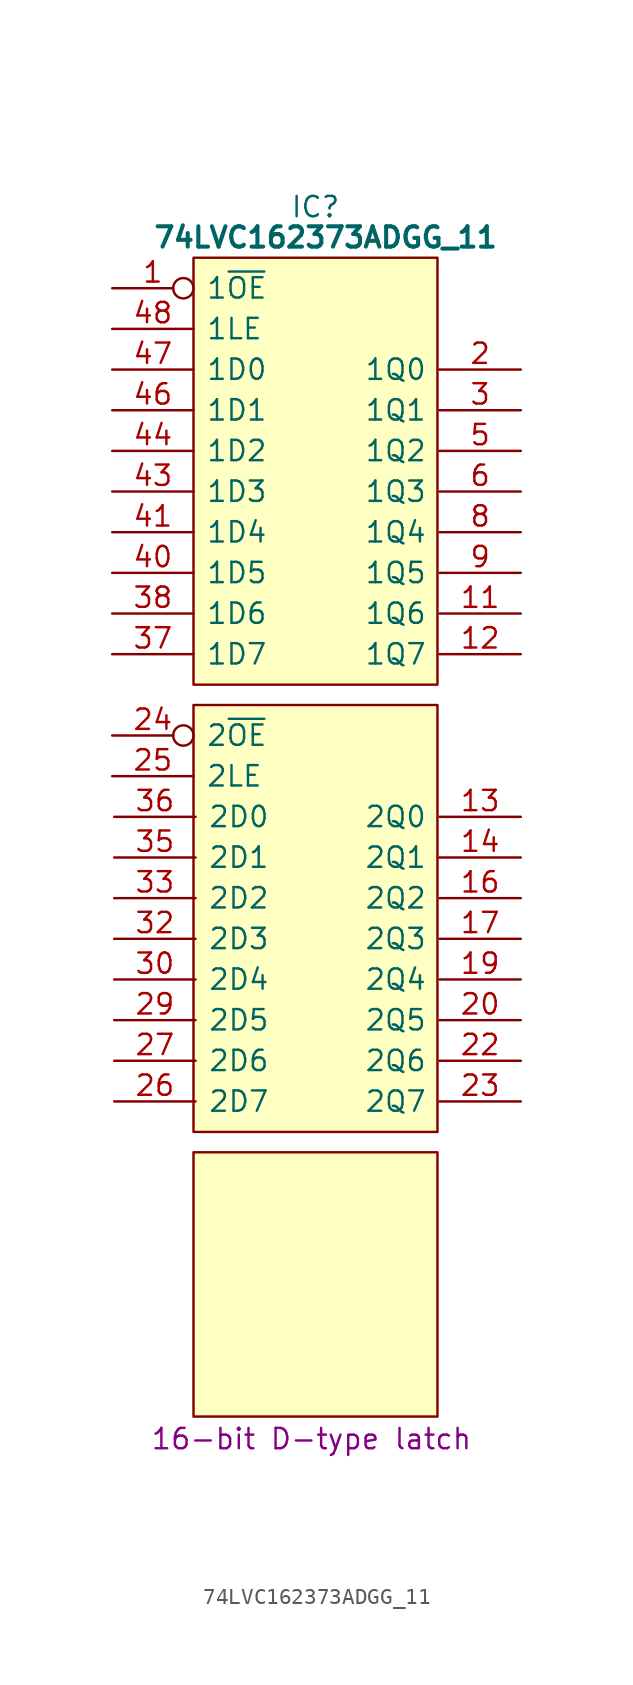
<source format=kicad_sym>
(kicad_symbol_lib
  (version 20231120)
  (generator "kicad_symbol_editor")
  (generator_version "8.0")
  (symbol "74LVC162373ADGG_11"
    (pin_names
      (offset 0.762))
    (property "Reference" "IC"
      (at 12.7 5.08 0)
      (effects (font (size 1.27 1.27))))
    (property "Value" "74LVC162373ADGG_11"
      (at 13.335 3.175 0)
      (effects (font (size 1.27 1.27) (bold yes))))
    (property "Description" "16-bit D-type latch"
      (at 12.446 -71.882 0)
      (effects (font (size 1.27 1.27))))
    (symbol "74LVC162373ADGG_11_0_0"
      (pin input inverted (at 0 0 0) (length 5.08) (name "1~{OE}" (effects (font (size 1.27 1.27)))) (number "1" (effects (font (size 1.27 1.27)))))
      (pin output line (at 25.527 -20.32 180) (length 5.08) (name "1Q6" (effects (font (size 1.27 1.27)))) (number "11" (effects (font (size 1.27 1.27)))))
      (pin output line (at 25.527 -22.86 180) (length 5.08) (name "1Q7" (effects (font (size 1.27 1.27)))) (number "12" (effects (font (size 1.27 1.27)))))
      (pin output line (at 25.527 -33.02 180) (length 5.08) (name "2Q0" (effects (font (size 1.27 1.27)))) (number "13" (effects (font (size 1.27 1.27)))))
      (pin output line (at 25.527 -35.56 180) (length 5.08) (name "2Q1" (effects (font (size 1.27 1.27)))) (number "14" (effects (font (size 1.27 1.27)))))
      (pin output line (at 25.527 -38.1 180) (length 5.08) (name "2Q2" (effects (font (size 1.27 1.27)))) (number "16" (effects (font (size 1.27 1.27)))))
      (pin output line (at 25.527 -40.64 180) (length 5.08) (name "2Q3" (effects (font (size 1.27 1.27)))) (number "17" (effects (font (size 1.27 1.27)))))
      (pin output line (at 25.527 -43.18 180) (length 5.08) (name "2Q4" (effects (font (size 1.27 1.27)))) (number "19" (effects (font (size 1.27 1.27)))))
      (pin output line (at 25.527 -5.08 180) (length 5.08) (name "1Q0" (effects (font (size 1.27 1.27)))) (number "2" (effects (font (size 1.27 1.27)))))
      (pin output line (at 25.527 -45.72 180) (length 5.08) (name "2Q5" (effects (font (size 1.27 1.27)))) (number "20" (effects (font (size 1.27 1.27)))))
      (pin output line (at 25.527 -48.26 180) (length 5.08) (name "2Q6" (effects (font (size 1.27 1.27)))) (number "22" (effects (font (size 1.27 1.27)))))
      (pin output line (at 25.527 -50.8 180) (length 5.08) (name "2Q7" (effects (font (size 1.27 1.27)))) (number "23" (effects (font (size 1.27 1.27)))))
      (pin input inverted (at 0 -27.94 0) (length 5.08) (name "2~{OE}" (effects (font (size 1.27 1.27)))) (number "24" (effects (font (size 1.27 1.27)))))
      (pin input line (at 0 -30.48 0) (length 5.08) (name "2LE" (effects (font (size 1.27 1.27)))) (number "25" (effects (font (size 1.27 1.27)))))
      (pin input line (at 0.127 -50.8 0) (length 5.08) (name "2D7" (effects (font (size 1.27 1.27)))) (number "26" (effects (font (size 1.27 1.27)))))
      (pin input line (at 0.127 -48.26 0) (length 5.08) (name "2D6" (effects (font (size 1.27 1.27)))) (number "27" (effects (font (size 1.27 1.27)))))
      (pin input line (at 0.127 -45.72 0) (length 5.08) (name "2D5" (effects (font (size 1.27 1.27)))) (number "29" (effects (font (size 1.27 1.27)))))
      (pin output line (at 25.527 -7.62 180) (length 5.08) (name "1Q1" (effects (font (size 1.27 1.27)))) (number "3" (effects (font (size 1.27 1.27)))))
      (pin input line (at 0.127 -43.18 0) (length 5.08) (name "2D4" (effects (font (size 1.27 1.27)))) (number "30" (effects (font (size 1.27 1.27)))))
      (pin input line (at 0.127 -40.64 0) (length 5.08) (name "2D3" (effects (font (size 1.27 1.27)))) (number "32" (effects (font (size 1.27 1.27)))))
      (pin input line (at 0.127 -38.1 0) (length 5.08) (name "2D2" (effects (font (size 1.27 1.27)))) (number "33" (effects (font (size 1.27 1.27)))))
      (pin input line (at 0.127 -35.56 0) (length 5.08) (name "2D1" (effects (font (size 1.27 1.27)))) (number "35" (effects (font (size 1.27 1.27)))))
      (pin input line (at 0.127 -33.02 0) (length 5.08) (name "2D0" (effects (font (size 1.27 1.27)))) (number "36" (effects (font (size 1.27 1.27)))))
      (pin input line (at 0 -22.86 0) (length 5.08) (name "1D7" (effects (font (size 1.27 1.27)))) (number "37" (effects (font (size 1.27 1.27)))))
      (pin input line (at 0 -17.78 0) (length 5.08) (name "1D5" (effects (font (size 1.27 1.27)))) (number "40" (effects (font (size 1.27 1.27)))))
      (pin input line (at 0 -15.24 0) (length 5.08) (name "1D4" (effects (font (size 1.27 1.27)))) (number "41" (effects (font (size 1.27 1.27)))))
      (pin input line (at 0 -12.7 0) (length 5.08) (name "1D3" (effects (font (size 1.27 1.27)))) (number "43" (effects (font (size 1.27 1.27)))))
      (pin input line (at 0 -10.16 0) (length 5.08) (name "1D2" (effects (font (size 1.27 1.27)))) (number "44" (effects (font (size 1.27 1.27)))))
      (pin input line (at 0 -7.62 0) (length 5.08) (name "1D1" (effects (font (size 1.27 1.27)))) (number "46" (effects (font (size 1.27 1.27)))))
      (pin input line (at 0 -5.08 0) (length 5.08) (name "1D0" (effects (font (size 1.27 1.27)))) (number "47" (effects (font (size 1.27 1.27)))))
      (pin input line (at 0 -2.54 0) (length 5.08) (name "1LE" (effects (font (size 1.27 1.27)))) (number "48" (effects (font (size 1.27 1.27)))))
      (pin output line (at 25.527 -10.16 180) (length 5.08) (name "1Q2" (effects (font (size 1.27 1.27)))) (number "5" (effects (font (size 1.27 1.27)))))
      (pin output line (at 25.527 -12.7 180) (length 5.08) (name "1Q3" (effects (font (size 1.27 1.27)))) (number "6" (effects (font (size 1.27 1.27)))))
      (pin output line (at 25.527 -15.24 180) (length 5.08) (name "1Q4" (effects (font (size 1.27 1.27)))) (number "8" (effects (font (size 1.27 1.27)))))
      (pin output line (at 25.527 -17.78 180) (length 5.08) (name "1Q5" (effects (font (size 1.27 1.27)))) (number "9" (effects (font (size 1.27 1.27))))))
    (symbol "74LVC162373ADGG_11_0_1"
      (polyline (pts (xy 5.08 -53.975) (xy 20.32 -53.975) (xy 20.32 -70.485) (xy 5.08 -70.485) (xy 5.08 -53.975)) (stroke (width 0.152) (type default)) (fill (type background)))
      (polyline (pts (xy 5.08 -26.035) (xy 20.32 -26.035) (xy 20.32 -52.705) (xy 5.08 -52.705) (xy 5.08 -26.035)) (stroke (width 0.152) (type default)) (fill (type background)))
      (polyline (pts (xy 5.08 1.905) (xy 20.32 1.905) (xy 20.32 -24.765) (xy 5.08 -24.765) (xy 5.08 1.905)) (stroke (width 0.152) (type default)) (fill (type background))))
    (symbol "74LVC162373ADGG_11_1_0"
      (pin passive line (at 0 -63.5 0) (length 5.08) hide (name "GND" (effects (font (size 1.27 1.27)))) (number "10" (effects (font (size 1.27 1.27)))))
      (pin passive line (at 0 -66.04 0) (length 5.08) hide (name "GND" (effects (font (size 1.27 1.27)))) (number "15" (effects (font (size 1.27 1.27)))))
      (pin passive line (at 0 -58.42 0) (length 5.08) hide (name "3V" (effects (font (size 1.27 1.27)))) (number "18" (effects (font (size 1.27 1.27)))))
      (pin passive line (at 0 -68.58 0) (length 5.08) hide (name "GND" (effects (font (size 1.27 1.27)))) (number "21" (effects (font (size 1.27 1.27)))))
      (pin passive line (at 25.4 -68.58 180) (length 5.08) hide (name "GND" (effects (font (size 1.27 1.27)))) (number "28" (effects (font (size 1.27 1.27)))))
      (pin passive line (at 25.4 -58.42 180) (length 5.08) hide (name "3V" (effects (font (size 1.27 1.27)))) (number "31" (effects (font (size 1.27 1.27)))))
      (pin passive line (at 25.4 -66.04 180) (length 5.08) hide (name "GND" (effects (font (size 1.27 1.27)))) (number "34" (effects (font (size 1.27 1.27)))))
      (pin input line (at 0 -20.32 0) (length 5.08) (name "1D6" (effects (font (size 1.27 1.27)))) (number "38" (effects (font (size 1.27 1.27)))))
      (pin passive line (at 25.4 -63.5 180) (length 5.08) hide (name "GND" (effects (font (size 1.27 1.27)))) (number "39" (effects (font (size 1.27 1.27)))))
      (pin passive line (at 0 -60.96 0) (length 5.08) hide (name "GND" (effects (font (size 1.27 1.27)))) (number "4" (effects (font (size 1.27 1.27)))))
      (pin passive line (at 25.4 -55.88 180) (length 5.08) hide (name "3V" (effects (font (size 1.27 1.27)))) (number "42" (effects (font (size 1.27 1.27)))))
      (pin passive line (at 25.4 -60.96 180) (length 5.08) hide (name "GND" (effects (font (size 1.27 1.27)))) (number "45" (effects (font (size 1.27 1.27)))))
      (pin passive line (at 0 -55.88 0) (length 5.08) hide (name "3V" (effects (font (size 1.27 1.27)))) (number "7" (effects (font (size 1.27 1.27))))))))
</source>
